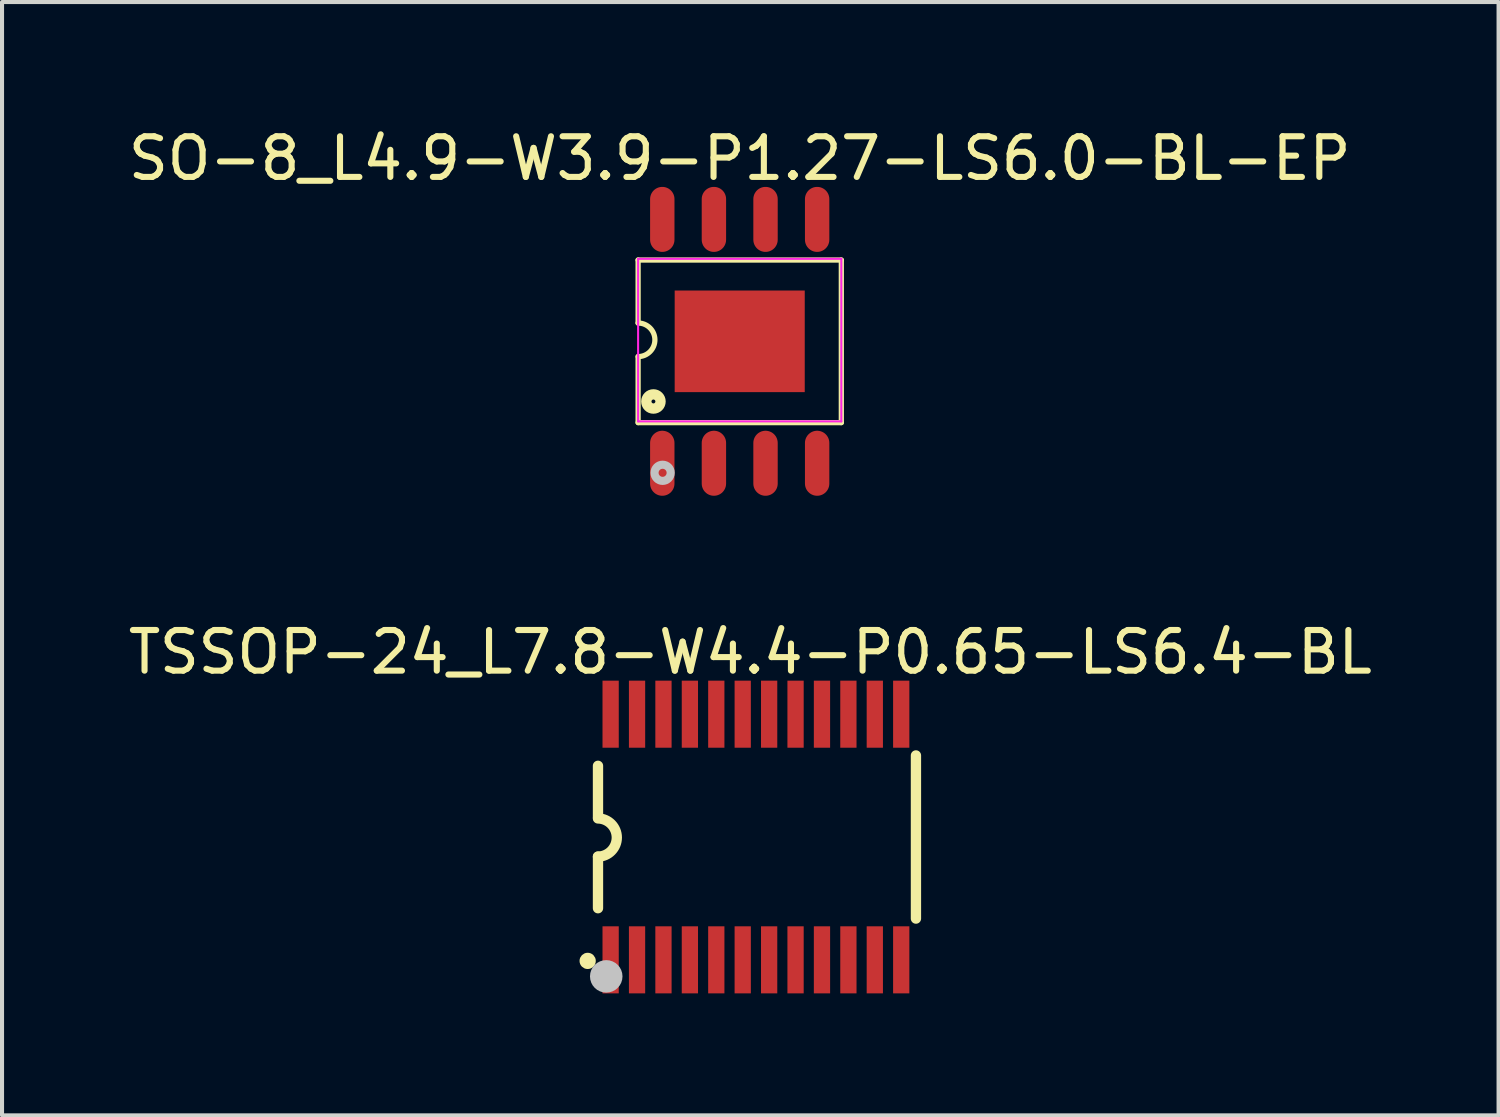
<source format=kicad_pcb>
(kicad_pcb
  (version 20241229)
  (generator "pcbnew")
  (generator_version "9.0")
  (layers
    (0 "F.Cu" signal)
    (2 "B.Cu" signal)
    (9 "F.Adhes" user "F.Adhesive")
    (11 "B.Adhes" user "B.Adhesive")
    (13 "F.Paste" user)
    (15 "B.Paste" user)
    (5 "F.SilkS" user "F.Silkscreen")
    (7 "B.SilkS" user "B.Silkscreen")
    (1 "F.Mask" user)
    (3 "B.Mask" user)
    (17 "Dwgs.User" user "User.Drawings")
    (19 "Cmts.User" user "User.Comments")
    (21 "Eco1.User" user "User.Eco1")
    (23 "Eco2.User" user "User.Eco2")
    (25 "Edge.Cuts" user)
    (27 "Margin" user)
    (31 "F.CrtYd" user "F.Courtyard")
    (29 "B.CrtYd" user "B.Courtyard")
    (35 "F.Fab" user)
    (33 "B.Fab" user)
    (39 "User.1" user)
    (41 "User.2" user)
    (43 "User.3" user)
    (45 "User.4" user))
  (footprint "TSSOP-24_L7.8-W4.4-P0.65-LS6.4-BL"
    (layer "F.Cu")
    (at 15.549 17.544)
    (property "Reference" "TSSOP-24_L7.8-W4.4-P0.65-LS6.4-BL" (at -0.138 -4.548 0) (layer "F.SilkS") (effects (font (size 1 1) (thickness 0.15))))
    (fp_line (start -3.886 -0.482) (end -3.886 -1.752) (stroke (width 0.254) (type default)) (layer "F.SilkS"))
    (fp_line (start -3.886 1.752) (end -3.886 0.482) (stroke (width 0.254) (type default)) (layer "F.SilkS"))
    (fp_line (start 3.937 -2.007) (end 3.937 2.007) (stroke (width 0.254) (type default)) (layer "F.SilkS"))
    (fp_arc (start -3.886 -0.457) (mid -3.4165 0.0125) (end -3.886 0.4825) (stroke (width 0.254) (type default)) (layer "F.SilkS"))
    (fp_circle (center -4.14 3.048) (end -4.04 3.048) (stroke (width 0.2) (type default)) (fill no) (layer "F.SilkS"))
    (fp_circle (center -3.683 3.429) (end -3.483 3.429) (stroke (width 0.4) (type default)) (fill no) (layer "Dwgs.User"))
    (fp_poly (pts (xy -3.675 2.586) (xy -3.475 2.586) (xy -3.475 3.186) (xy -3.675 3.186)) (stroke (width 0.1) (type default)) (fill no) (layer "User.1"))
    (fp_poly (pts (xy -3.675 2.588) (xy -3.475 2.588) (xy -3.475 2.188) (xy -3.675 2.188)) (stroke (width 0.1) (type default)) (fill no) (layer "User.1"))
    (fp_poly (pts (xy -3.475 -2.588) (xy -3.675 -2.588) (xy -3.675 -2.188) (xy -3.475 -2.188)) (stroke (width 0.1) (type default)) (fill no) (layer "User.1"))
    (fp_poly (pts (xy -3.475 -2.586) (xy -3.675 -2.586) (xy -3.675 -3.186) (xy -3.475 -3.186)) (stroke (width 0.1) (type default)) (fill no) (layer "User.1"))
    (fp_poly (pts (xy -3.025 2.586) (xy -2.825 2.586) (xy -2.825 3.186) (xy -3.025 3.186)) (stroke (width 0.1) (type default)) (fill no) (layer "User.1"))
    (fp_poly (pts (xy -3.025 2.588) (xy -2.825 2.588) (xy -2.825 2.188) (xy -3.025 2.188)) (stroke (width 0.1) (type default)) (fill no) (layer "User.1"))
    (fp_poly (pts (xy -2.825 -2.588) (xy -3.025 -2.588) (xy -3.025 -2.188) (xy -2.825 -2.188)) (stroke (width 0.1) (type default)) (fill no) (layer "User.1"))
    (fp_poly (pts (xy -2.825 -2.586) (xy -3.025 -2.586) (xy -3.025 -3.186) (xy -2.825 -3.186)) (stroke (width 0.1) (type default)) (fill no) (layer "User.1"))
    (fp_poly (pts (xy -2.374 2.586) (xy -2.175 2.586) (xy -2.175 3.186) (xy -2.375 3.186)) (stroke (width 0.1) (type default)) (fill no) (layer "User.1"))
    (fp_poly (pts (xy -2.374 2.588) (xy -2.175 2.588) (xy -2.175 2.188) (xy -2.375 2.188)) (stroke (width 0.1) (type default)) (fill no) (layer "User.1"))
    (fp_poly (pts (xy -2.175 -2.588) (xy -2.375 -2.588) (xy -2.375 -2.188) (xy -2.175 -2.188)) (stroke (width 0.1) (type default)) (fill no) (layer "User.1"))
    (fp_poly (pts (xy -2.175 -2.586) (xy -2.375 -2.586) (xy -2.375 -3.186) (xy -2.175 -3.186)) (stroke (width 0.1) (type default)) (fill no) (layer "User.1"))
    (fp_poly (pts (xy -1.724 2.586) (xy -1.525 2.586) (xy -1.525 3.186) (xy -1.725 3.186)) (stroke (width 0.1) (type default)) (fill no) (layer "User.1"))
    (fp_poly (pts (xy -1.724 2.588) (xy -1.525 2.588) (xy -1.525 2.188) (xy -1.725 2.188)) (stroke (width 0.1) (type default)) (fill no) (layer "User.1"))
    (fp_poly (pts (xy -1.526 -2.588) (xy -1.725 -2.588) (xy -1.725 -2.188) (xy -1.525 -2.188)) (stroke (width 0.1) (type default)) (fill no) (layer "User.1"))
    (fp_poly (pts (xy -1.526 -2.586) (xy -1.725 -2.586) (xy -1.725 -3.186) (xy -1.525 -3.186)) (stroke (width 0.1) (type default)) (fill no) (layer "User.1"))
    (fp_poly (pts (xy -1.075 2.586) (xy -0.875 2.586) (xy -0.875 3.186) (xy -1.075 3.186)) (stroke (width 0.1) (type default)) (fill no) (layer "User.1"))
    (fp_poly (pts (xy -1.075 2.588) (xy -0.875 2.588) (xy -0.875 2.188) (xy -1.075 2.188)) (stroke (width 0.1) (type default)) (fill no) (layer "User.1"))
    (fp_poly (pts (xy -0.875 -2.588) (xy -1.075 -2.588) (xy -1.075 -2.188) (xy -0.875 -2.188)) (stroke (width 0.1) (type default)) (fill no) (layer "User.1"))
    (fp_poly (pts (xy -0.875 -2.586) (xy -1.075 -2.586) (xy -1.075 -3.186) (xy -0.875 -3.186)) (stroke (width 0.1) (type default)) (fill no) (layer "User.1"))
    (fp_poly (pts (xy -0.424 2.586) (xy -0.225 2.586) (xy -0.225 3.186) (xy -0.425 3.186)) (stroke (width 0.1) (type default)) (fill no) (layer "User.1"))
    (fp_poly (pts (xy -0.424 2.588) (xy -0.225 2.588) (xy -0.225 2.188) (xy -0.425 2.188)) (stroke (width 0.1) (type default)) (fill no) (layer "User.1"))
    (fp_poly (pts (xy -0.226 -2.588) (xy -0.425 -2.588) (xy -0.425 -2.188) (xy -0.225 -2.188)) (stroke (width 0.1) (type default)) (fill no) (layer "User.1"))
    (fp_poly (pts (xy -0.226 -2.586) (xy -0.425 -2.586) (xy -0.425 -3.186) (xy -0.225 -3.186)) (stroke (width 0.1) (type default)) (fill no) (layer "User.1"))
    (fp_poly (pts (xy 0.226 2.586) (xy 0.425 2.586) (xy 0.425 3.186) (xy 0.225 3.186)) (stroke (width 0.1) (type default)) (fill no) (layer "User.1"))
    (fp_poly (pts (xy 0.226 2.588) (xy 0.425 2.588) (xy 0.425 2.188) (xy 0.225 2.188)) (stroke (width 0.1) (type default)) (fill no) (layer "User.1"))
    (fp_poly (pts (xy 0.424 -2.588) (xy 0.225 -2.588) (xy 0.225 -2.188) (xy 0.425 -2.188)) (stroke (width 0.1) (type default)) (fill no) (layer "User.1"))
    (fp_poly (pts (xy 0.424 -2.586) (xy 0.225 -2.586) (xy 0.225 -3.186) (xy 0.425 -3.186)) (stroke (width 0.1) (type default)) (fill no) (layer "User.1"))
    (fp_poly (pts (xy 0.875 2.586) (xy 1.075 2.586) (xy 1.075 3.186) (xy 0.875 3.186)) (stroke (width 0.1) (type default)) (fill no) (layer "User.1"))
    (fp_poly (pts (xy 0.875 2.588) (xy 1.075 2.588) (xy 1.075 2.188) (xy 0.875 2.188)) (stroke (width 0.1) (type default)) (fill no) (layer "User.1"))
    (fp_poly (pts (xy 1.075 -2.588) (xy 0.875 -2.588) (xy 0.875 -2.188) (xy 1.075 -2.188)) (stroke (width 0.1) (type default)) (fill no) (layer "User.1"))
    (fp_poly (pts (xy 1.075 -2.586) (xy 0.875 -2.586) (xy 0.875 -3.186) (xy 1.075 -3.186)) (stroke (width 0.1) (type default)) (fill no) (layer "User.1"))
    (fp_poly (pts (xy 1.526 2.586) (xy 1.725 2.586) (xy 1.725 3.186) (xy 1.525 3.186)) (stroke (width 0.1) (type default)) (fill no) (layer "User.1"))
    (fp_poly (pts (xy 1.526 2.588) (xy 1.725 2.588) (xy 1.725 2.188) (xy 1.525 2.188)) (stroke (width 0.1) (type default)) (fill no) (layer "User.1"))
    (fp_poly (pts (xy 1.724 -2.588) (xy 1.525 -2.588) (xy 1.525 -2.188) (xy 1.725 -2.188)) (stroke (width 0.1) (type default)) (fill no) (layer "User.1"))
    (fp_poly (pts (xy 1.724 -2.586) (xy 1.525 -2.586) (xy 1.525 -3.186) (xy 1.725 -3.186)) (stroke (width 0.1) (type default)) (fill no) (layer "User.1"))
    (fp_poly (pts (xy 2.175 2.586) (xy 2.375 2.586) (xy 2.375 3.186) (xy 2.175 3.186)) (stroke (width 0.1) (type default)) (fill no) (layer "User.1"))
    (fp_poly (pts (xy 2.175 2.588) (xy 2.375 2.588) (xy 2.375 2.188) (xy 2.175 2.188)) (stroke (width 0.1) (type default)) (fill no) (layer "User.1"))
    (fp_poly (pts (xy 2.374 -2.588) (xy 2.175 -2.588) (xy 2.175 -2.188) (xy 2.375 -2.188)) (stroke (width 0.1) (type default)) (fill no) (layer "User.1"))
    (fp_poly (pts (xy 2.374 -2.586) (xy 2.175 -2.586) (xy 2.175 -3.186) (xy 2.375 -3.186)) (stroke (width 0.1) (type default)) (fill no) (layer "User.1"))
    (fp_poly (pts (xy 2.825 2.586) (xy 3.025 2.586) (xy 3.025 3.186) (xy 2.825 3.186)) (stroke (width 0.1) (type default)) (fill no) (layer "User.1"))
    (fp_poly (pts (xy 2.825 2.588) (xy 3.025 2.588) (xy 3.025 2.188) (xy 2.825 2.188)) (stroke (width 0.1) (type default)) (fill no) (layer "User.1"))
    (fp_poly (pts (xy 3.025 -2.588) (xy 2.825 -2.588) (xy 2.825 -2.188) (xy 3.025 -2.188)) (stroke (width 0.1) (type default)) (fill no) (layer "User.1"))
    (fp_poly (pts (xy 3.025 -2.586) (xy 2.825 -2.586) (xy 2.825 -3.186) (xy 3.025 -3.186)) (stroke (width 0.1) (type default)) (fill no) (layer "User.1"))
    (fp_poly (pts (xy 3.475 2.586) (xy 3.675 2.586) (xy 3.675 3.186) (xy 3.475 3.186)) (stroke (width 0.1) (type default)) (fill no) (layer "User.1"))
    (fp_poly (pts (xy 3.475 2.588) (xy 3.675 2.588) (xy 3.675 2.188) (xy 3.475 2.188)) (stroke (width 0.1) (type default)) (fill no) (layer "User.1"))
    (fp_poly (pts (xy 3.675 -2.588) (xy 3.475 -2.588) (xy 3.475 -2.188) (xy 3.675 -2.188)) (stroke (width 0.1) (type default)) (fill no) (layer "User.1"))
    (fp_poly (pts (xy 3.675 -2.586) (xy 3.475 -2.586) (xy 3.475 -3.186) (xy 3.675 -3.186)) (stroke (width 0.1) (type default)) (fill no) (layer "User.1"))
    (fp_line (start -3.9 -2.2) (end 3.9 -2.2) (stroke (width 0.051) (type default)) (layer "User.2"))
    (fp_line (start -3.9 2.2) (end -3.9 -2.2) (stroke (width 0.051) (type default)) (layer "User.2"))
    (fp_line (start 3.9 -2.2) (end 3.9 2.2) (stroke (width 0.051) (type default)) (layer "User.2"))
    (fp_line (start 3.9 2.2) (end -3.9 2.2) (stroke (width 0.051) (type default)) (layer "User.2"))
    (fp_poly (pts (xy -3.84 3.186) (xy -3.858 3.144) (xy -3.9 3.126) (xy -3.942 3.144) (xy -3.96 3.186) (xy -3.942 3.228) (xy -3.9 3.246) (xy -3.858 3.228)) (stroke (width 0.1) (type default)) (fill no) (layer "User.3"))
    (pad "1" smd rect (at -3.575 3.022) (size 0.4 1.65) (layers "F.Cu" "F.Mask" "F.Paste"))
    (pad "2" smd rect (at -2.925 3.022) (size 0.4 1.65) (layers "F.Cu" "F.Mask" "F.Paste"))
    (pad "3" smd rect (at -2.275 3.022) (size 0.4 1.65) (layers "F.Cu" "F.Mask" "F.Paste"))
    (pad "4" smd rect (at -1.625 3.022) (size 0.4 1.65) (layers "F.Cu" "F.Mask" "F.Paste"))
    (pad "5" smd rect (at -0.975 3.022) (size 0.4 1.65) (layers "F.Cu" "F.Mask" "F.Paste"))
    (pad "6" smd rect (at -0.325 3.022) (size 0.4 1.65) (layers "F.Cu" "F.Mask" "F.Paste"))
    (pad "7" smd rect (at 0.325 3.022) (size 0.4 1.65) (layers "F.Cu" "F.Mask" "F.Paste"))
    (pad "8" smd rect (at 0.975 3.022) (size 0.4 1.65) (layers "F.Cu" "F.Mask" "F.Paste"))
    (pad "9" smd rect (at 1.625 3.022) (size 0.4 1.65) (layers "F.Cu" "F.Mask" "F.Paste"))
    (pad "10" smd rect (at 2.275 3.022) (size 0.4 1.65) (layers "F.Cu" "F.Mask" "F.Paste"))
    (pad "11" smd rect (at 2.925 3.022) (size 0.4 1.65) (layers "F.Cu" "F.Mask" "F.Paste"))
    (pad "12" smd rect (at 3.575 3.022) (size 0.4 1.65) (layers "F.Cu" "F.Mask" "F.Paste"))
    (pad "13" smd rect (at 3.575 -3.022) (size 0.4 1.65) (layers "F.Cu" "F.Mask" "F.Paste"))
    (pad "14" smd rect (at 2.925 -3.022) (size 0.4 1.65) (layers "F.Cu" "F.Mask" "F.Paste"))
    (pad "15" smd rect (at 2.275 -3.022) (size 0.4 1.65) (layers "F.Cu" "F.Mask" "F.Paste"))
    (pad "16" smd rect (at 1.625 -3.022) (size 0.4 1.65) (layers "F.Cu" "F.Mask" "F.Paste"))
    (pad "17" smd rect (at 0.975 -3.022) (size 0.4 1.65) (layers "F.Cu" "F.Mask" "F.Paste"))
    (pad "18" smd rect (at 0.325 -3.022) (size 0.4 1.65) (layers "F.Cu" "F.Mask" "F.Paste"))
    (pad "19" smd rect (at -0.325 -3.022) (size 0.4 1.65) (layers "F.Cu" "F.Mask" "F.Paste"))
    (pad "20" smd rect (at -0.975 -3.022) (size 0.4 1.65) (layers "F.Cu" "F.Mask" "F.Paste"))
    (pad "21" smd rect (at -1.625 -3.022) (size 0.4 1.65) (layers "F.Cu" "F.Mask" "F.Paste"))
    (pad "22" smd rect (at -2.275 -3.022) (size 0.4 1.65) (layers "F.Cu" "F.Mask" "F.Paste"))
    (pad "23" smd rect (at -2.925 -3.022) (size 0.4 1.65) (layers "F.Cu" "F.Mask" "F.Paste"))
    (pad "24" smd rect (at -3.575 -3.022) (size 0.4 1.65) (layers "F.Cu" "F.Mask" "F.Paste")))
  (footprint "SO-8_L4.9-W3.9-P1.27-LS6.0-BL-EP"
    (layer "F.Cu")
    (at 15.15 5.348)
    (property "Reference" "SO-8_L4.9-W3.9-P1.27-LS6.0-BL-EP" (at -0.001 -4.5 0) (layer "F.SilkS") (effects (font (size 1 1) (thickness 0.15))))
    (fp_line (start -2.5 -2) (end -2.5 -0.45) (stroke (width 0.129) (type default)) (layer "F.SilkS"))
    (fp_line (start -2.5 -2) (end 2.5 -2) (stroke (width 0.129) (type default)) (layer "F.SilkS"))
    (fp_line (start -2.5 2) (end -2.5 0.375) (stroke (width 0.129) (type default)) (layer "F.SilkS"))
    (fp_line (start -2.5 2) (end 2.5 2) (stroke (width 0.129) (type default)) (layer "F.SilkS"))
    (fp_line (start 2.5 -2) (end 2.5 2) (stroke (width 0.129) (type default)) (layer "F.SilkS"))
    (fp_arc (start -2.5 -0.45) (mid -2.0865 -0.03725) (end -2.4995 0.376) (stroke (width 0.129) (type default)) (layer "F.SilkS"))
    (fp_circle (center -2.123 1.48) (end -1.948 1.48) (stroke (width 0.254) (type default)) (fill no) (layer "F.SilkS"))
    (fp_circle (center -1.897 3.235) (end -1.798 3.235) (stroke (width 0.2) (type default)) (fill no) (layer "Dwgs.User"))
    (fp_line (start -2.5 -2.03) (end 2.5 -2.03) (stroke (width 0.051) (type default)) (layer "F.CrtYd"))
    (fp_line (start -2.5 1.97) (end -2.5 -2.03) (stroke (width 0.051) (type default)) (layer "F.CrtYd"))
    (fp_line (start 2.5 -2.03) (end 2.5 1.97) (stroke (width 0.051) (type default)) (layer "F.CrtYd"))
    (fp_line (start 2.5 1.97) (end -2.5 1.97) (stroke (width 0.051) (type default)) (layer "F.CrtYd"))
    (fp_poly (pts (xy -1.7 -2.577) (xy -2.11 -2.577) (xy -2.11 -2.977) (xy -1.7 -2.977)) (stroke (width 0.1) (type default)) (fill no) (layer "User.1"))
    (fp_poly (pts (xy -1.7 -1.962) (xy -2.11 -1.962) (xy -2.11 -2.582) (xy -1.7 -2.582)) (stroke (width 0.1) (type default)) (fill no) (layer "User.1"))
    (fp_poly (pts (xy -1.7 2.574) (xy -2.11 2.574) (xy -2.11 1.954) (xy -1.7 1.954)) (stroke (width 0.1) (type default)) (fill no) (layer "User.1"))
    (fp_poly (pts (xy -1.7 2.97) (xy -2.11 2.97) (xy -2.11 2.57) (xy -1.7 2.57)) (stroke (width 0.1) (type default)) (fill no) (layer "User.1"))
    (fp_poly (pts (xy -1.6 -1.25) (xy 1.6 -1.25) (xy 1.6 1.25) (xy -1.6 1.25)) (stroke (width 0.1) (type default)) (fill no) (layer "User.1"))
    (fp_poly (pts (xy -0.43 -2.605) (xy -0.84 -2.605) (xy -0.84 -3.005) (xy -0.43 -3.005)) (stroke (width 0.1) (type default)) (fill no) (layer "User.1"))
    (fp_poly (pts (xy -0.43 2.576) (xy -0.84 2.576) (xy -0.84 1.956) (xy -0.43 1.956)) (stroke (width 0.1) (type default)) (fill no) (layer "User.1"))
    (fp_poly (pts (xy -0.43 2.972) (xy -0.84 2.972) (xy -0.84 2.572) (xy -0.43 2.572)) (stroke (width 0.1) (type default)) (fill no) (layer "User.1"))
    (fp_poly (pts (xy -0.427 -1.99) (xy -0.838 -1.99) (xy -0.838 -2.61) (xy -0.427 -2.61)) (stroke (width 0.1) (type default)) (fill no) (layer "User.1"))
    (fp_poly (pts (xy 0.84 -2.598) (xy 0.43 -2.598) (xy 0.43 -2.998) (xy 0.84 -2.998)) (stroke (width 0.1) (type default)) (fill no) (layer "User.1"))
    (fp_poly (pts (xy 0.84 2.574) (xy 0.43 2.574) (xy 0.43 1.954) (xy 0.84 1.954)) (stroke (width 0.1) (type default)) (fill no) (layer "User.1"))
    (fp_poly (pts (xy 0.84 2.97) (xy 0.43 2.97) (xy 0.43 2.57) (xy 0.84 2.57)) (stroke (width 0.1) (type default)) (fill no) (layer "User.1"))
    (fp_poly (pts (xy 0.843 -1.982) (xy 0.432 -1.982) (xy 0.432 -2.603) (xy 0.843 -2.603)) (stroke (width 0.1) (type default)) (fill no) (layer "User.1"))
    (fp_poly (pts (xy 2.11 -2.579) (xy 1.7 -2.579) (xy 1.7 -2.979) (xy 2.11 -2.979)) (stroke (width 0.1) (type default)) (fill no) (layer "User.1"))
    (fp_poly (pts (xy 2.11 -1.962) (xy 1.7 -1.962) (xy 1.7 -2.582) (xy 2.11 -2.582)) (stroke (width 0.1) (type default)) (fill no) (layer "User.1"))
    (fp_poly (pts (xy 2.11 2.568) (xy 1.7 2.568) (xy 1.7 1.948) (xy 2.11 1.948)) (stroke (width 0.1) (type default)) (fill no) (layer "User.1"))
    (fp_poly (pts (xy 2.11 2.962) (xy 1.7 2.962) (xy 1.7 2.562) (xy 2.11 2.562)) (stroke (width 0.1) (type default)) (fill no) (layer "User.1"))
    (fp_poly (pts (xy -2.446 2.977) (xy -2.464 2.934) (xy -2.506 2.917) (xy -2.548 2.934) (xy -2.566 2.977) (xy -2.548 3.019) (xy -2.506 3.037) (xy -2.464 3.019)) (stroke (width 0.1) (type default)) (fill no) (layer "User.3"))
    (pad "1" smd oval (at -1.905 3) (size 0.6 1.6) (layers "F.Cu" "F.Mask" "F.Paste"))
    (pad "2" smd oval (at -0.635 3) (size 0.6 1.6) (layers "F.Cu" "F.Mask" "F.Paste"))
    (pad "3" smd oval (at 0.635 3) (size 0.6 1.6) (layers "F.Cu" "F.Mask" "F.Paste"))
    (pad "4" smd oval (at 1.905 3) (size 0.6 1.6) (layers "F.Cu" "F.Mask" "F.Paste"))
    (pad "5" smd oval (at 1.905 -3) (size 0.6 1.6) (layers "F.Cu" "F.Mask" "F.Paste"))
    (pad "6" smd oval (at 0.635 -3) (size 0.6 1.6) (layers "F.Cu" "F.Mask" "F.Paste"))
    (pad "7" smd oval (at -0.635 -3) (size 0.6 1.6) (layers "F.Cu" "F.Mask" "F.Paste"))
    (pad "8" smd oval (at -1.905 -3) (size 0.6 1.6) (layers "F.Cu" "F.Mask" "F.Paste"))
    (pad "9" smd rect (at 0 0) (size 3.2 2.5) (layers "F.Cu" "F.Mask" "F.Paste")))
  (gr_rect
    (start -3 -3)
    (end 33.821 24.392)
    (stroke (width 0.1) (type default))
    (fill no)
    (layer "Edge.Cuts")))
</source>
